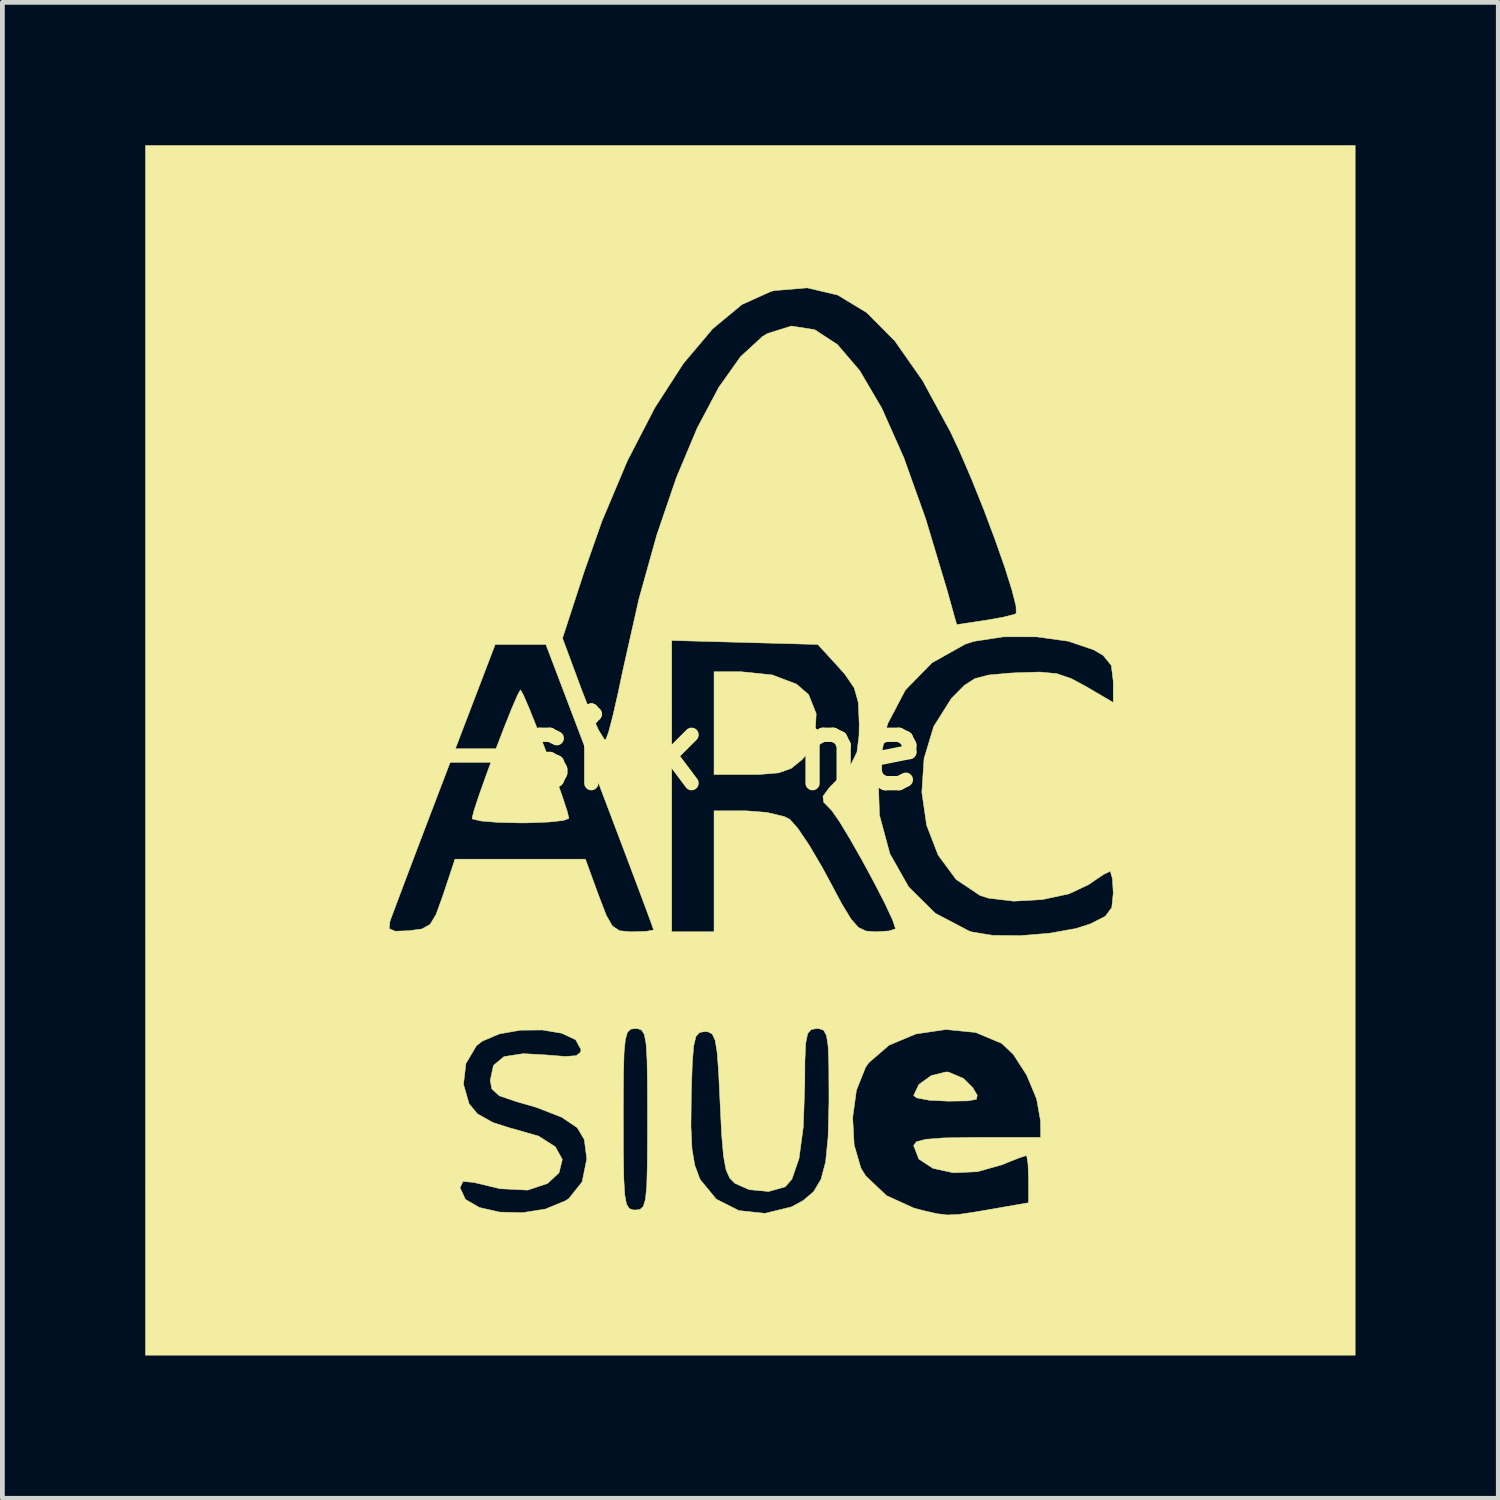
<source format=kicad_pcb>
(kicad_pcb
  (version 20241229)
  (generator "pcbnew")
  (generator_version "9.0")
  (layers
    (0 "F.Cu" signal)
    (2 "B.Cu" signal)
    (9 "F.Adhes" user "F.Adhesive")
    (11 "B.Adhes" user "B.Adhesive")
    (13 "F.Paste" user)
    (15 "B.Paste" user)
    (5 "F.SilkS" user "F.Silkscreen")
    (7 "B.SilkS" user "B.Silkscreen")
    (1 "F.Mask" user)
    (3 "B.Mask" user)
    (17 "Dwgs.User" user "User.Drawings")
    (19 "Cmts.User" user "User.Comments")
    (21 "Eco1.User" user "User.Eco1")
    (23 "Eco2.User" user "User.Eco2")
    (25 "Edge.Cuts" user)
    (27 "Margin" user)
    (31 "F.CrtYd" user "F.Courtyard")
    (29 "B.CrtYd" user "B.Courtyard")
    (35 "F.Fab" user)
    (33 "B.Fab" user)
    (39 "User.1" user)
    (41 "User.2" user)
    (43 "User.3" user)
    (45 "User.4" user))
  (footprint "arc-silk-negative"
    (layer "F.Cu")
    (at 12.705 12.705)
    (property "Reference" "arc-silk-negative" (at 0 0 0) (layer "F.SilkS") (effects (font (size 1.524 1.524) (thickness 0.3))))
    (attr through_hole)
    (fp_poly (pts (xy 0.461 -1.583) (xy 0.968 -1.391) (xy 1.224 -1.17) (xy 1.383 -0.771) (xy 1.359 -0.31) (xy 1.163 0.107) (xy 1.085 0.196) (xy 0.86 0.378) (xy 0.594 0.473) (xy 0.196 0.506) (xy 0.006 0.508) (xy -0.762 0.508) (xy -0.762 -1.651) (xy -0.199 -1.651) (xy 0.461 -1.583)) (stroke (width 0.01) (type solid)) (fill yes) (layer "F.SilkS"))
    (fp_poly (pts (xy 4.161 6.756) (xy 4.474 6.889) (xy 4.668 7.08) (xy 4.765 7.242) (xy 4.747 7.327) (xy 4.572 7.36) (xy 4.191 7.366) (xy 4.143 7.366) (xy 3.756 7.347) (xy 3.496 7.298) (xy 3.429 7.248) (xy 3.538 7.017) (xy 3.799 6.829) (xy 4.109 6.753) (xy 4.161 6.756)) (stroke (width 0.01) (type solid)) (fill yes) (layer "F.SilkS"))
    (fp_poly (pts (xy -4.763 -1.158) (xy -4.638 -0.867) (xy -4.472 -0.452) (xy -4.288 0.028) (xy -4.108 0.514) (xy -3.954 0.949) (xy -3.847 1.274) (xy -3.809 1.429) (xy -3.927 1.473) (xy -4.238 1.506) (xy -4.682 1.523) (xy -4.826 1.524) (xy -5.298 1.513) (xy -5.653 1.484) (xy -5.832 1.442) (xy -5.843 1.429) (xy -5.802 1.263) (xy -5.692 0.931) (xy -5.536 0.492) (xy -5.355 0.005) (xy -5.172 -0.473) (xy -5.008 -0.883) (xy -4.885 -1.168) (xy -4.826 -1.269) (xy -4.763 -1.158)) (stroke (width 0.01) (type solid)) (fill yes) (layer "F.SilkS"))
    (fp_poly (pts (xy 12.7 12.7) (xy -12.7 12.7) (xy -12.7 9.185) (xy -6.096 9.185) (xy -5.983 9.428) (xy -5.687 9.6) (xy -5.267 9.695) (xy -4.787 9.708) (xy -4.307 9.633) (xy -3.889 9.462) (xy -3.81 9.411) (xy -3.532 9.062) (xy -3.434 8.578) (xy -3.486 8.173) (xy -3.634 7.924) (xy -3.896 7.747) (xy -2.667 7.747) (xy -2.665 8.479) (xy -2.657 8.995) (xy -2.637 9.332) (xy -2.6 9.529) (xy -2.542 9.622) (xy -2.456 9.651) (xy -2.413 9.652) (xy -2.315 9.64) (xy -2.247 9.577) (xy -2.202 9.426) (xy -2.175 9.15) (xy -2.163 8.711) (xy -2.159 8.071) (xy -2.159 7.9) (xy -1.247 7.9) (xy -1.225 8.37) (xy -1.167 8.71) (xy -1.066 8.983) (xy -1.05 9.017) (xy -0.714 9.425) (xy -0.241 9.664) (xy 0.307 9.722) (xy 0.865 9.586) (xy 1.11 9.453) (xy 1.33 9.265) (xy 1.483 9.009) (xy 1.581 8.641) (xy 1.633 8.115) (xy 1.643 7.711) (xy 2.149 7.711) (xy 2.18 8.287) (xy 2.322 8.773) (xy 2.423 8.937) (xy 2.86 9.35) (xy 3.433 9.611) (xy 3.619 9.661) (xy 3.91 9.728) (xy 4.132 9.756) (xy 4.374 9.745) (xy 4.724 9.693) (xy 5.038 9.639) (xy 5.842 9.499) (xy 5.842 9.004) (xy 5.831 8.691) (xy 5.804 8.52) (xy 5.794 8.509) (xy 5.657 8.553) (xy 5.378 8.663) (xy 5.29 8.7) (xy 4.766 8.848) (xy 4.262 8.87) (xy 3.835 8.777) (xy 3.538 8.582) (xy 3.429 8.299) (xy 3.487 8.219) (xy 3.686 8.167) (xy 4.06 8.138) (xy 4.647 8.128) (xy 4.763 8.128) (xy 6.096 8.128) (xy 6.093 7.779) (xy 6.011 7.32) (xy 5.804 6.822) (xy 5.525 6.388) (xy 5.279 6.154) (xy 4.732 5.924) (xy 4.108 5.862) (xy 3.478 5.955) (xy 2.915 6.19) (xy 2.491 6.555) (xy 2.418 6.659) (xy 2.228 7.136) (xy 2.149 7.711) (xy 1.643 7.711) (xy 1.651 7.389) (xy 1.651 7.231) (xy 1.648 6.621) (xy 1.634 6.222) (xy 1.6 5.989) (xy 1.539 5.877) (xy 1.443 5.844) (xy 1.397 5.842) (xy 1.278 5.861) (xy 1.203 5.948) (xy 1.162 6.153) (xy 1.146 6.522) (xy 1.143 7.018) (xy 1.112 7.907) (xy 1.022 8.572) (xy 0.873 9.004) (xy 0.733 9.165) (xy 0.386 9.263) (xy -0.027 9.224) (xy -0.325 9.091) (xy -0.433 8.982) (xy -0.51 8.808) (xy -0.563 8.522) (xy -0.602 8.077) (xy -0.634 7.426) (xy -0.635 7.408) (xy -0.665 6.77) (xy -0.697 6.342) (xy -0.739 6.085) (xy -0.801 5.955) (xy -0.891 5.909) (xy -0.953 5.905) (xy -1.066 5.924) (xy -1.142 6.008) (xy -1.189 6.203) (xy -1.218 6.554) (xy -1.237 7.106) (xy -1.24 7.239) (xy -1.247 7.9) (xy -2.159 7.9) (xy -2.159 7.747) (xy -2.161 7.015) (xy -2.169 6.499) (xy -2.189 6.162) (xy -2.226 5.965) (xy -2.284 5.872) (xy -2.37 5.843) (xy -2.413 5.842) (xy -2.511 5.854) (xy -2.579 5.917) (xy -2.624 6.068) (xy -2.651 6.344) (xy -2.663 6.783) (xy -2.667 7.423) (xy -2.667 7.747) (xy -3.896 7.747) (xy -3.962 7.703) (xy -4.498 7.495) (xy -4.921 7.373) (xy -5.27 7.254) (xy -5.428 7.11) (xy -5.461 6.932) (xy -5.394 6.615) (xy -5.172 6.431) (xy -4.768 6.369) (xy -4.315 6.394) (xy -3.885 6.428) (xy -3.653 6.411) (xy -3.563 6.336) (xy -3.556 6.281) (xy -3.668 6.077) (xy -3.96 5.94) (xy -4.368 5.872) (xy -4.826 5.876) (xy -5.269 5.954) (xy -5.631 6.108) (xy -5.751 6.203) (xy -5.972 6.575) (xy -6.023 7.013) (xy -5.905 7.422) (xy -5.731 7.632) (xy -5.405 7.815) (xy -5.003 7.943) (xy -4.976 7.948) (xy -4.444 8.101) (xy -4.095 8.324) (xy -3.947 8.59) (xy -4.017 8.87) (xy -4.257 9.094) (xy -4.674 9.234) (xy -5.254 9.205) (xy -5.81 9.072) (xy -6.034 9.052) (xy -6.096 9.185) (xy -12.7 9.185) (xy -12.7 3.744) (xy -7.583 3.744) (xy -7.457 3.798) (xy -7.165 3.787) (xy -6.895 3.75) (xy -6.725 3.656) (xy -6.598 3.444) (xy -6.457 3.054) (xy -6.444 3.016) (xy -6.202 2.286) (xy -3.463 2.286) (xy -3.185 3.048) (xy -3.026 3.462) (xy -2.896 3.69) (xy -2.745 3.788) (xy -2.52 3.81) (xy -2.47 3.81) (xy -1.651 3.81) (xy -0.762 3.81) (xy -0.762 1.27) (xy -0.092 1.27) (xy 0.35 1.304) (xy 0.711 1.39) (xy 0.829 1.449) (xy 0.996 1.637) (xy 1.235 1.991) (xy 1.507 2.453) (xy 1.651 2.719) (xy 1.92 3.223) (xy 2.114 3.542) (xy 2.27 3.719) (xy 2.427 3.794) (xy 2.622 3.81) (xy 2.635 3.81) (xy 2.916 3.792) (xy 3.047 3.749) (xy 3.048 3.744) (xy 2.988 3.563) (xy 2.83 3.224) (xy 2.606 2.788) (xy 2.35 2.314) (xy 2.093 1.862) (xy 1.869 1.492) (xy 1.71 1.264) (xy 1.682 1.234) (xy 1.54 1.089) (xy 1.525 0.964) (xy 1.656 0.787) (xy 1.858 0.58) (xy 1.961 0.466) (xy 2.683 0.466) (xy 2.711 1.359) (xy 2.93 2.171) (xy 3.325 2.869) (xy 3.883 3.421) (xy 4.589 3.792) (xy 4.654 3.814) (xy 5.086 3.885) (xy 5.661 3.891) (xy 6.279 3.841) (xy 6.838 3.741) (xy 7.144 3.643) (xy 7.454 3.484) (xy 7.59 3.301) (xy 7.62 2.997) (xy 7.62 2.991) (xy 7.603 2.694) (xy 7.561 2.544) (xy 7.551 2.54) (xy 7.414 2.608) (xy 7.163 2.777) (xy 7.107 2.818) (xy 6.689 3.014) (xy 6.128 3.134) (xy 5.53 3.167) (xy 4.997 3.103) (xy 4.823 3.047) (xy 4.32 2.71) (xy 3.944 2.201) (xy 3.702 1.574) (xy 3.601 0.879) (xy 3.648 0.171) (xy 3.85 -0.5) (xy 4.215 -1.08) (xy 4.253 -1.122) (xy 4.493 -1.364) (xy 4.714 -1.506) (xy 5.001 -1.581) (xy 5.438 -1.621) (xy 5.57 -1.628) (xy 6.079 -1.644) (xy 6.437 -1.61) (xy 6.744 -1.504) (xy 7.045 -1.342) (xy 7.62 -1.005) (xy 7.62 -1.452) (xy 7.579 -1.783) (xy 7.409 -1.993) (xy 7.208 -2.111) (xy 6.678 -2.291) (xy 6.012 -2.383) (xy 5.317 -2.384) (xy 4.697 -2.289) (xy 4.512 -2.23) (xy 3.811 -1.836) (xy 3.255 -1.266) (xy 2.889 -0.569) (xy 2.859 -0.474) (xy 2.683 0.466) (xy 1.961 0.466) (xy 2.11 0.3) (xy 2.238 0.04) (xy 2.282 -0.308) (xy 2.286 -0.561) (xy 2.267 -1.004) (xy 2.182 -1.31) (xy 1.988 -1.594) (xy 1.852 -1.748) (xy 1.417 -2.223) (xy -0.117 -2.265) (xy -1.651 -2.307) (xy -1.651 3.81) (xy -2.47 3.81) (xy -2.178 3.799) (xy -2.035 3.773) (xy -2.032 3.768) (xy -2.075 3.643) (xy -2.197 3.313) (xy -2.385 2.81) (xy -2.627 2.167) (xy -2.911 1.416) (xy -3.163 0.752) (xy -4.293 -2.223) (xy -5.357 -2.223) (xy -6.425 0.572) (xy -6.731 1.374) (xy -7.009 2.105) (xy -7.246 2.731) (xy -7.427 3.213) (xy -7.54 3.516) (xy -7.568 3.596) (xy -7.583 3.744) (xy -12.7 3.744) (xy -12.7 -2.355) (xy -3.944 -2.355) (xy -3.532 -1.243) (xy -3.346 -0.773) (xy -3.185 -0.422) (xy -3.07 -0.237) (xy -3.035 -0.224) (xy -2.977 -0.38) (xy -2.885 -0.73) (xy -2.773 -1.222) (xy -2.669 -1.714) (xy -2.339 -3.179) (xy -1.964 -4.522) (xy -1.553 -5.725) (xy -1.117 -6.764) (xy -0.664 -7.619) (xy -0.204 -8.267) (xy 0.255 -8.689) (xy 0.362 -8.753) (xy 0.862 -8.909) (xy 1.35 -8.833) (xy 1.827 -8.522) (xy 2.297 -7.973) (xy 2.761 -7.182) (xy 3.222 -6.146) (xy 3.681 -4.862) (xy 4.125 -3.384) (xy 4.333 -2.64) (xy 4.929 -2.729) (xy 5.291 -2.792) (xy 5.533 -2.852) (xy 5.582 -2.874) (xy 5.579 -3.027) (xy 5.493 -3.367) (xy 5.341 -3.849) (xy 5.138 -4.426) (xy 4.903 -5.053) (xy 4.65 -5.684) (xy 4.397 -6.272) (xy 4.202 -6.688) (xy 3.617 -7.764) (xy 3.035 -8.595) (xy 2.445 -9.19) (xy 1.836 -9.559) (xy 1.194 -9.711) (xy 0.51 -9.654) (xy 0.43 -9.635) (xy -0.176 -9.361) (xy -0.792 -8.851) (xy -1.405 -8.124) (xy -2.005 -7.195) (xy -2.58 -6.084) (xy -3.118 -4.807) (xy -3.49 -3.749) (xy -3.944 -2.355) (xy -12.7 -2.355) (xy -12.7 -12.7) (xy 12.7 -12.7) (xy 12.7 12.7)) (stroke (width 0.01) (type solid)) (fill yes) (layer "F.SilkS")))
  (gr_rect
    (start -3 -3)
    (end 28.41 28.41)
    (stroke (width 0.1) (type default))
    (fill no)
    (layer "Edge.Cuts")))
</source>
